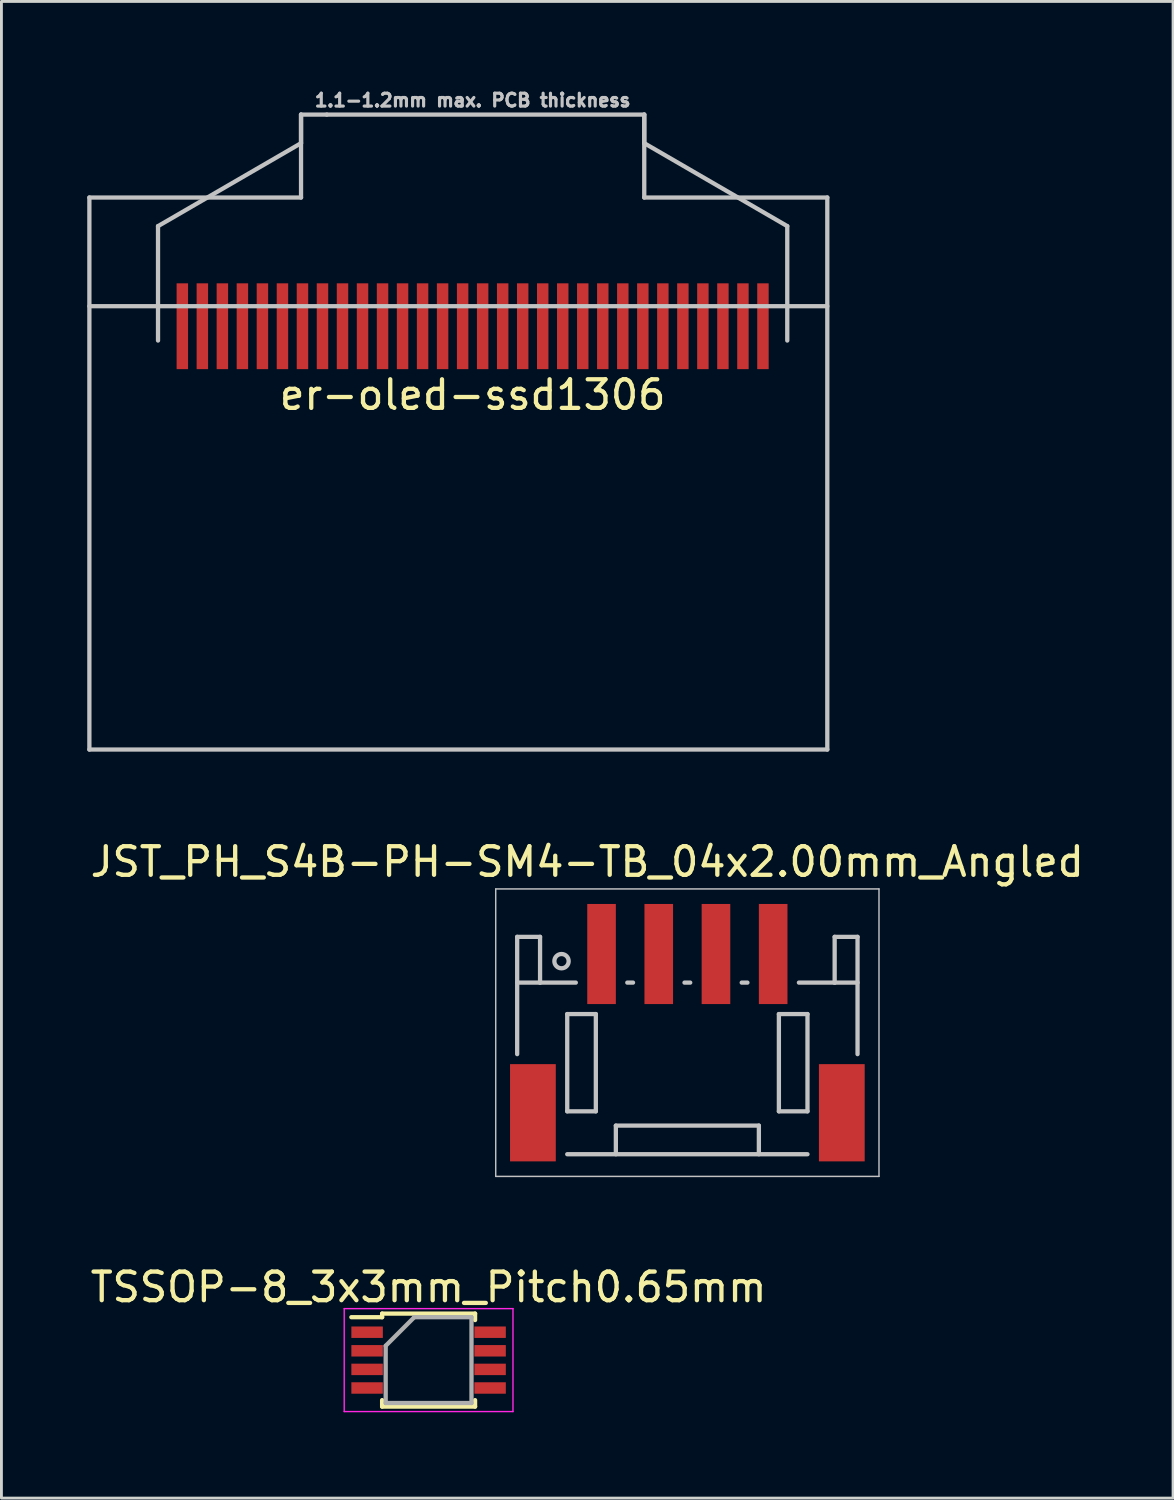
<source format=kicad_pcb>
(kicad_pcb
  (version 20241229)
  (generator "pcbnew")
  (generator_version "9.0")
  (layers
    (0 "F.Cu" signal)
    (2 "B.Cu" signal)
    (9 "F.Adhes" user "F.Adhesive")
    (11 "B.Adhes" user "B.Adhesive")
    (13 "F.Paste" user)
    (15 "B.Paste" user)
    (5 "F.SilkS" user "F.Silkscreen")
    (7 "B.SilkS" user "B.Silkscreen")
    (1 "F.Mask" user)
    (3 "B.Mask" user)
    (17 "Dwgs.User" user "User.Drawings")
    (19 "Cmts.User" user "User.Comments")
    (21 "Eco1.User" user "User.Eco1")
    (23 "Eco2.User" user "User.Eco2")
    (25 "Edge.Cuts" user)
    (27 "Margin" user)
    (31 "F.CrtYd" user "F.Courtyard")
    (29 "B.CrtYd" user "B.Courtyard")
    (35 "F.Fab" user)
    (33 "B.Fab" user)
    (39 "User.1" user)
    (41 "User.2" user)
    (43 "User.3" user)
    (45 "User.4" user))
  (footprint "TSSOP-8_3x3mm_Pitch0.65mm"
    (layer "F.Cu")
    (at 11.935 44.503)
    (property "Reference" "TSSOP-8_3x3mm_Pitch0.65mm" (at 0 -2.55 0) (layer "F.SilkS") (effects (font (size 1 1) (thickness 0.15))))
    (attr smd)
    (fp_line (start -1.625 -1.625) (end -1.625 -1.5) (stroke (width 0.15) (type solid)) (layer "F.SilkS"))
    (fp_line (start -1.625 -1.625) (end 1.625 -1.625) (stroke (width 0.15) (type solid)) (layer "F.SilkS"))
    (fp_line (start -1.625 -1.5) (end -2.7 -1.5) (stroke (width 0.15) (type solid)) (layer "F.SilkS"))
    (fp_line (start -1.625 1.625) (end -1.625 1.4) (stroke (width 0.15) (type solid)) (layer "F.SilkS"))
    (fp_line (start -1.625 1.625) (end 1.625 1.625) (stroke (width 0.15) (type solid)) (layer "F.SilkS"))
    (fp_line (start 1.625 -1.625) (end 1.625 -1.4) (stroke (width 0.15) (type solid)) (layer "F.SilkS"))
    (fp_line (start 1.625 1.625) (end 1.625 1.4) (stroke (width 0.15) (type solid)) (layer "F.SilkS"))
    (fp_line (start -2.95 -1.8) (end -2.95 1.8) (stroke (width 0.05) (type solid)) (layer "F.CrtYd"))
    (fp_line (start -2.95 -1.8) (end 2.95 -1.8) (stroke (width 0.05) (type solid)) (layer "F.CrtYd"))
    (fp_line (start -2.95 1.8) (end 2.95 1.8) (stroke (width 0.05) (type solid)) (layer "F.CrtYd"))
    (fp_line (start 2.95 -1.8) (end 2.95 1.8) (stroke (width 0.05) (type solid)) (layer "F.CrtYd"))
    (fp_line (start -1.5 -0.5) (end -0.5 -1.5) (stroke (width 0.15) (type solid)) (layer "F.Fab"))
    (fp_line (start -1.5 1.5) (end -1.5 -0.5) (stroke (width 0.15) (type solid)) (layer "F.Fab"))
    (fp_line (start -0.5 -1.5) (end 1.5 -1.5) (stroke (width 0.15) (type solid)) (layer "F.Fab"))
    (fp_line (start 1.5 -1.5) (end 1.5 1.5) (stroke (width 0.15) (type solid)) (layer "F.Fab"))
    (fp_line (start 1.5 1.5) (end -1.5 1.5) (stroke (width 0.15) (type solid)) (layer "F.Fab"))
    (pad "1" smd rect (at -2.15 -0.975) (size 1.1 0.4) (layers "F.Cu" "F.Mask" "F.Paste"))
    (pad "2" smd rect (at -2.15 -0.325) (size 1.1 0.4) (layers "F.Cu" "F.Mask" "F.Paste"))
    (pad "3" smd rect (at -2.15 0.325) (size 1.1 0.4) (layers "F.Cu" "F.Mask" "F.Paste"))
    (pad "4" smd rect (at -2.15 0.975) (size 1.1 0.4) (layers "F.Cu" "F.Mask" "F.Paste"))
    (pad "5" smd rect (at 2.15 0.975) (size 1.1 0.4) (layers "F.Cu" "F.Mask" "F.Paste"))
    (pad "6" smd rect (at 2.15 0.325) (size 1.1 0.4) (layers "F.Cu" "F.Mask" "F.Paste"))
    (pad "7" smd rect (at 2.15 -0.325) (size 1.1 0.4) (layers "F.Cu" "F.Mask" "F.Paste"))
    (pad "8" smd rect (at 2.15 -0.975) (size 1.1 0.4) (layers "F.Cu" "F.Mask" "F.Paste")))
  (footprint "er-oled-ssd1306"
    (layer "F.Cu")
    (at 13.475 8.356)
    (property "Reference" "er-oled-ssd1306" (at 0 2.4 0) (layer "F.SilkS") (effects (font (size 1 1) (thickness 0.15))))
    (attr through_hole)
    (fp_line (start -13.4 -4.5) (end -13.4 14.8) (stroke (width 0.15) (type solid)) (layer "Dwgs.User"))
    (fp_line (start -13.4 14.8) (end 12.4 14.8) (stroke (width 0.15) (type solid)) (layer "Dwgs.User"))
    (fp_line (start -11 0.5) (end -11 -3.5) (stroke (width 0.15) (type solid)) (layer "Dwgs.User"))
    (fp_line (start -6 -7.4) (end -6 -6.4) (stroke (width 0.15) (type solid)) (layer "Dwgs.User"))
    (fp_line (start -6 -7.4) (end -5.1 -7.4) (stroke (width 0.15) (type solid)) (layer "Dwgs.User"))
    (fp_line (start -6 -6.4) (end -11 -3.5) (stroke (width 0.15) (type solid)) (layer "Dwgs.User"))
    (fp_line (start -6 -4.5) (end -13.4 -4.5) (stroke (width 0.15) (type solid)) (layer "Dwgs.User"))
    (fp_line (start -6 -4.5) (end -6 -7.4) (stroke (width 0.15) (type solid)) (layer "Dwgs.User"))
    (fp_line (start -5.1 -7.4) (end 6 -7.4) (stroke (width 0.15) (type solid)) (layer "Dwgs.User"))
    (fp_line (start 6 -6.4) (end 6 -7.4) (stroke (width 0.15) (type solid)) (layer "Dwgs.User"))
    (fp_line (start 6 -4.5) (end 6 -7.4) (stroke (width 0.15) (type solid)) (layer "Dwgs.User"))
    (fp_line (start 6 -4.5) (end 12.4 -4.5) (stroke (width 0.15) (type solid)) (layer "Dwgs.User"))
    (fp_line (start 11 -3.5) (end 6 -6.4) (stroke (width 0.15) (type solid)) (layer "Dwgs.User"))
    (fp_line (start 11 0.5) (end 11 -3.5) (stroke (width 0.15) (type solid)) (layer "Dwgs.User"))
    (fp_line (start 12.4 -4.5) (end 12.4 14.8) (stroke (width 0.15) (type solid)) (layer "Dwgs.User"))
    (fp_line (start 12.4 -0.7) (end -13.4 -0.7) (stroke (width 0.15) (type solid)) (layer "Dwgs.User"))
    (fp_text user "1.1-1.2mm max. PCB thickness" (at 0 -7.9 0) (layer "Dwgs.User") (effects (font (size 0.45 0.45) (thickness 0.11))))
    (pad "1" smd rect (at -10.15 0) (size 0.4 3) (layers "F.Cu" "F.Mask" "F.Paste"))
    (pad "2" smd rect (at -9.45 0) (size 0.4 3) (layers "F.Cu" "F.Mask" "F.Paste"))
    (pad "3" smd rect (at -8.75 0) (size 0.4 3) (layers "F.Cu" "F.Mask" "F.Paste"))
    (pad "4" smd rect (at -8.05 0) (size 0.4 3) (layers "F.Cu" "F.Mask" "F.Paste"))
    (pad "5" smd rect (at -7.35 0) (size 0.4 3) (layers "F.Cu" "F.Mask" "F.Paste"))
    (pad "6" smd rect (at -6.65 0) (size 0.4 3) (layers "F.Cu" "F.Mask" "F.Paste"))
    (pad "7" smd rect (at -5.95 0) (size 0.4 3) (layers "F.Cu" "F.Mask" "F.Paste"))
    (pad "8" smd rect (at -5.25 0) (size 0.4 3) (layers "F.Cu" "F.Mask" "F.Paste"))
    (pad "9" smd rect (at -4.55 0) (size 0.4 3) (layers "F.Cu" "F.Mask" "F.Paste"))
    (pad "10" smd rect (at -3.85 0) (size 0.4 3) (layers "F.Cu" "F.Mask" "F.Paste"))
    (pad "11" smd rect (at -3.15 0) (size 0.4 3) (layers "F.Cu" "F.Mask" "F.Paste"))
    (pad "12" smd rect (at -2.45 0) (size 0.4 3) (layers "F.Cu" "F.Mask" "F.Paste"))
    (pad "13" smd rect (at -1.75 0) (size 0.4 3) (layers "F.Cu" "F.Mask" "F.Paste"))
    (pad "14" smd rect (at -1.05 0) (size 0.4 3) (layers "F.Cu" "F.Mask" "F.Paste"))
    (pad "15" smd rect (at -0.35 0) (size 0.4 3) (layers "F.Cu" "F.Mask" "F.Paste"))
    (pad "16" smd rect (at 0.35 0) (size 0.4 3) (layers "F.Cu" "F.Mask" "F.Paste"))
    (pad "17" smd rect (at 1.05 0) (size 0.4 3) (layers "F.Cu" "F.Mask" "F.Paste"))
    (pad "18" smd rect (at 1.75 0) (size 0.4 3) (layers "F.Cu" "F.Mask" "F.Paste"))
    (pad "19" smd rect (at 2.45 0) (size 0.4 3) (layers "F.Cu" "F.Mask" "F.Paste"))
    (pad "20" smd rect (at 3.15 0) (size 0.4 3) (layers "F.Cu" "F.Mask" "F.Paste"))
    (pad "21" smd rect (at 3.85 0) (size 0.4 3) (layers "F.Cu" "F.Mask" "F.Paste"))
    (pad "22" smd rect (at 4.55 0) (size 0.4 3) (layers "F.Cu" "F.Mask" "F.Paste"))
    (pad "23" smd rect (at 5.25 0) (size 0.4 3) (layers "F.Cu" "F.Mask" "F.Paste"))
    (pad "24" smd rect (at 5.95 0) (size 0.4 3) (layers "F.Cu" "F.Mask" "F.Paste"))
    (pad "25" smd rect (at 6.65 0) (size 0.4 3) (layers "F.Cu" "F.Mask" "F.Paste"))
    (pad "26" smd rect (at 7.35 0) (size 0.4 3) (layers "F.Cu" "F.Mask" "F.Paste"))
    (pad "27" smd rect (at 8.05 0) (size 0.4 3) (layers "F.Cu" "F.Mask" "F.Paste"))
    (pad "28" smd rect (at 8.75 0) (size 0.4 3) (layers "F.Cu" "F.Mask" "F.Paste"))
    (pad "29" smd rect (at 9.45 0) (size 0.4 3) (layers "F.Cu" "F.Mask" "F.Paste"))
    (pad "30" smd rect (at 10.15 0) (size 0.4 3) (layers "F.Cu" "F.Mask" "F.Paste")))
  (footprint "JST_PH_S4B-PH-SM4-TB_04x2.00mm_Angled"
    (layer "F.Cu")
    (at 20.982 33.08)
    (property "Reference" "JST_PH_S4B-PH-SM4-TB_04x2.00mm_Angled" (at -3.5 -6 0) (layer "F.SilkS") (effects (font (size 1 1) (thickness 0.15))))
    (attr smd)
    (fp_line (start -6.7 -5.05) (end 6.7 -5.05) (stroke (width 0.05) (type solid)) (layer "Dwgs.User"))
    (fp_line (start -6.7 5) (end -6.7 -5.05) (stroke (width 0.05) (type solid)) (layer "Dwgs.User"))
    (fp_line (start -5.95 -3.375) (end -5.95 0.725) (stroke (width 0.15) (type solid)) (layer "Dwgs.User"))
    (fp_line (start -5.15 -3.375) (end -5.95 -3.375) (stroke (width 0.15) (type solid)) (layer "Dwgs.User"))
    (fp_line (start -5.15 -1.775) (end -5.95 -1.775) (stroke (width 0.15) (type solid)) (layer "Dwgs.User"))
    (fp_line (start -5.15 -1.775) (end -5.15 -3.375) (stroke (width 0.15) (type solid)) (layer "Dwgs.User"))
    (fp_line (start -4.2 -0.675) (end -4.2 2.725) (stroke (width 0.15) (type solid)) (layer "Dwgs.User"))
    (fp_line (start -4.2 2.725) (end -3.2 2.725) (stroke (width 0.15) (type solid)) (layer "Dwgs.User"))
    (fp_line (start -4.2 4.225) (end 4.2 4.225) (stroke (width 0.15) (type solid)) (layer "Dwgs.User"))
    (fp_line (start -3.9 -1.775) (end -5.15 -1.775) (stroke (width 0.15) (type solid)) (layer "Dwgs.User"))
    (fp_line (start -3.2 -0.675) (end -4.2 -0.675) (stroke (width 0.15) (type solid)) (layer "Dwgs.User"))
    (fp_line (start -3.2 2.725) (end -3.2 -0.675) (stroke (width 0.15) (type solid)) (layer "Dwgs.User"))
    (fp_line (start -2.5 3.225) (end 2.5 3.225) (stroke (width 0.15) (type solid)) (layer "Dwgs.User"))
    (fp_line (start -2.5 4.225) (end -2.5 3.225) (stroke (width 0.15) (type solid)) (layer "Dwgs.User"))
    (fp_line (start -2.1 -1.775) (end -1.9 -1.775) (stroke (width 0.15) (type solid)) (layer "Dwgs.User"))
    (fp_line (start -0.1 -1.775) (end 0.1 -1.775) (stroke (width 0.15) (type solid)) (layer "Dwgs.User"))
    (fp_line (start 1.9 -1.775) (end 2.1 -1.775) (stroke (width 0.15) (type solid)) (layer "Dwgs.User"))
    (fp_line (start 2.5 3.225) (end 2.5 4.225) (stroke (width 0.15) (type solid)) (layer "Dwgs.User"))
    (fp_line (start 3.2 -0.675) (end 4.2 -0.675) (stroke (width 0.15) (type solid)) (layer "Dwgs.User"))
    (fp_line (start 3.2 2.725) (end 3.2 -0.675) (stroke (width 0.15) (type solid)) (layer "Dwgs.User"))
    (fp_line (start 3.9 -1.775) (end 5.15 -1.775) (stroke (width 0.15) (type solid)) (layer "Dwgs.User"))
    (fp_line (start 4.2 -0.675) (end 4.2 2.725) (stroke (width 0.15) (type solid)) (layer "Dwgs.User"))
    (fp_line (start 4.2 2.725) (end 3.2 2.725) (stroke (width 0.15) (type solid)) (layer "Dwgs.User"))
    (fp_line (start 5.15 -3.375) (end 5.95 -3.375) (stroke (width 0.15) (type solid)) (layer "Dwgs.User"))
    (fp_line (start 5.15 -1.775) (end 5.15 -3.375) (stroke (width 0.15) (type solid)) (layer "Dwgs.User"))
    (fp_line (start 5.15 -1.775) (end 5.95 -1.775) (stroke (width 0.15) (type solid)) (layer "Dwgs.User"))
    (fp_line (start 5.95 -3.375) (end 5.95 0.725) (stroke (width 0.15) (type solid)) (layer "Dwgs.User"))
    (fp_line (start 6.7 -5.05) (end 6.7 5) (stroke (width 0.05) (type solid)) (layer "Dwgs.User"))
    (fp_line (start 6.7 5) (end -6.7 5) (stroke (width 0.05) (type solid)) (layer "Dwgs.User"))
    (fp_circle (center -4.4 -2.525) (end -4.15 -2.525) (stroke (width 0.15) (type solid)) (fill no) (layer "Dwgs.User"))
    (pad "" smd rect (at -5.4 2.775) (size 1.6 3.4) (layers "F.Cu" "F.Mask" "F.Paste"))
    (pad "" smd rect (at 5.4 2.775) (size 1.6 3.4) (layers "F.Cu" "F.Mask" "F.Paste"))
    (pad "1" smd rect (at -3 -2.775) (size 1 3.5) (layers "F.Cu" "F.Mask" "F.Paste"))
    (pad "2" smd rect (at -1 -2.775) (size 1 3.5) (layers "F.Cu" "F.Mask" "F.Paste"))
    (pad "3" smd rect (at 1 -2.775) (size 1 3.5) (layers "F.Cu" "F.Mask" "F.Paste"))
    (pad "4" smd rect (at 3 -2.775) (size 1 3.5) (layers "F.Cu" "F.Mask" "F.Paste")))
  (gr_rect
    (start -3 -3)
    (end 37.964 49.328)
    (stroke (width 0.1) (type default))
    (fill no)
    (layer "Edge.Cuts")))
</source>
